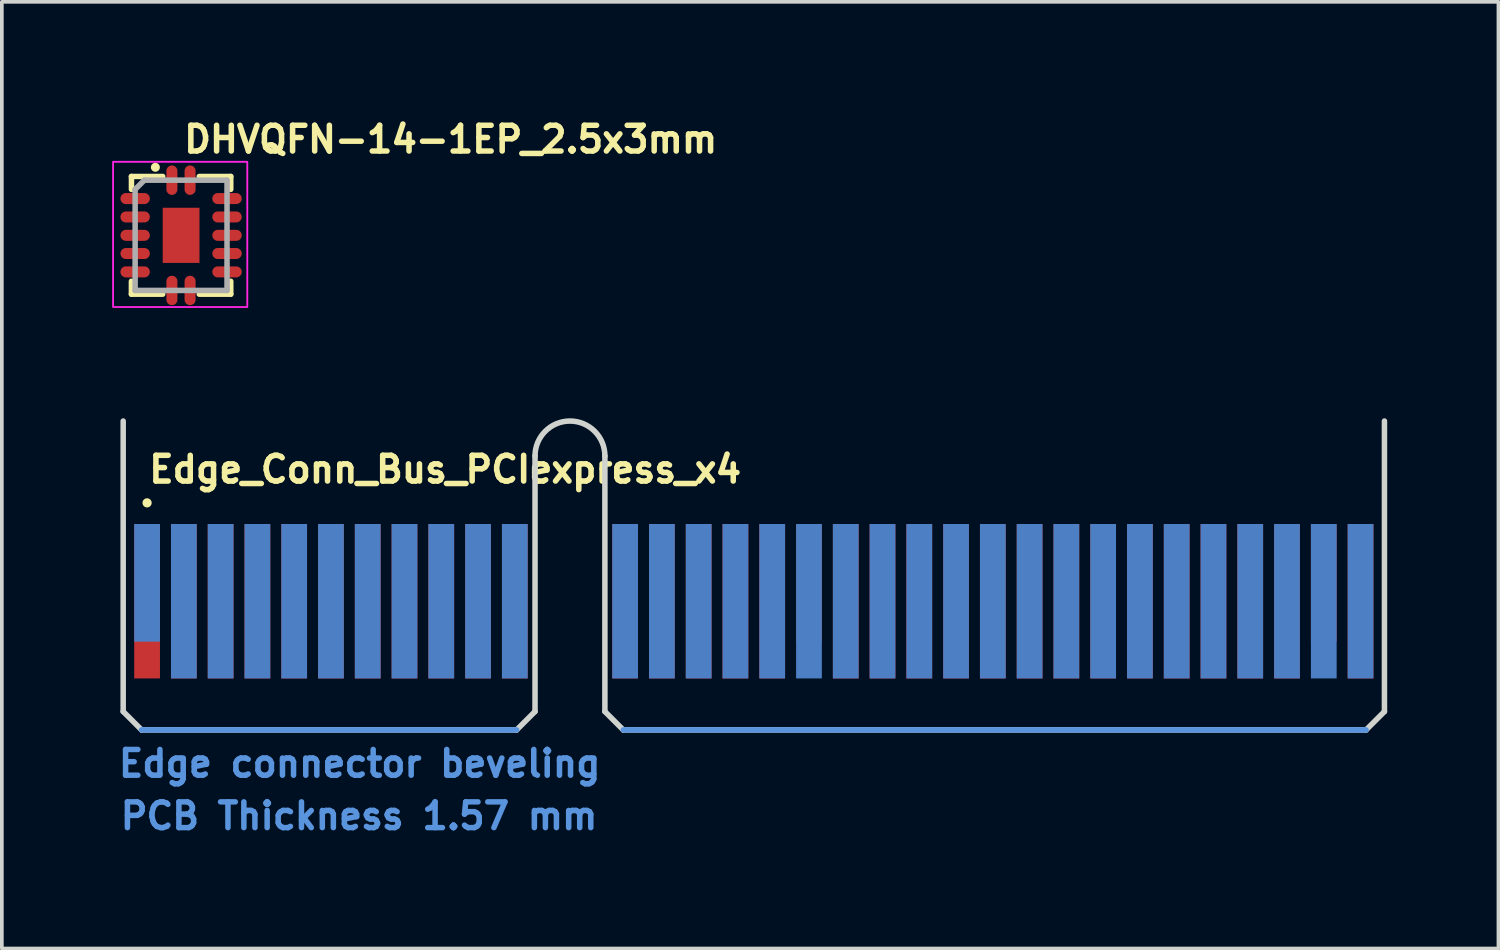
<source format=kicad_pcb>
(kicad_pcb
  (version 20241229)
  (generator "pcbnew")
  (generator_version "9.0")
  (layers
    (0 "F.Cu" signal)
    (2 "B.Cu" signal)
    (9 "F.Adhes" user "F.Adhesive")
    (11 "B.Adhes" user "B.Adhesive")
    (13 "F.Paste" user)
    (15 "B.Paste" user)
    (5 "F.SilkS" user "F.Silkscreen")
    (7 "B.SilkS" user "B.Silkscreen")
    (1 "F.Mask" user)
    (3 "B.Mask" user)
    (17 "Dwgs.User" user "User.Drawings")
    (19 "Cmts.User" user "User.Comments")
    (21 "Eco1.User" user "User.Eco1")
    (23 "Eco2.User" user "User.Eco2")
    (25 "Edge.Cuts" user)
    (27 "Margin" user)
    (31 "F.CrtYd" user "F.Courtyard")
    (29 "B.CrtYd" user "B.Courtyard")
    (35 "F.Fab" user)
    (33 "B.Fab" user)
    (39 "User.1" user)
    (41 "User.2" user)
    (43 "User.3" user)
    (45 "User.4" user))
  (footprint "DHVQFN-14-1EP_2.5x3mm"
    (layer "F.Cu")
    (at 1.875 3.35)
    (property "Reference" "DHVQFN-14-1EP_2.5x3mm" (at 0 -2.2 0) (layer "F.SilkS") (effects (font (size 0.7 0.7) (thickness 0.15)) (justify left bottom)))
    (attr smd)
    (fp_line (start -1.351 -1.601) (end -0.5 -1.601) (stroke (width 0.15) (type solid)) (layer "F.SilkS"))
    (fp_line (start -1.351 1.6) (end -1.351 1.249) (stroke (width 0.15) (type solid)) (layer "F.SilkS"))
    (fp_line (start -1.351 1.6) (end -0.5 1.6) (stroke (width 0.15) (type solid)) (layer "F.SilkS"))
    (fp_line (start -1.35 -1.601) (end -1.35 -1.25) (stroke (width 0.15) (type solid)) (layer "F.SilkS"))
    (fp_line (start 0.494 1.6) (end 1.35 1.6) (stroke (width 0.15) (type solid)) (layer "F.SilkS"))
    (fp_line (start 1.35 -1.601) (end 0.494 -1.601) (stroke (width 0.15) (type solid)) (layer "F.SilkS"))
    (fp_line (start 1.35 -1.601) (end 1.35 -1.25) (stroke (width 0.15) (type solid)) (layer "F.SilkS"))
    (fp_line (start 1.35 1.6) (end 1.35 1.249) (stroke (width 0.15) (type solid)) (layer "F.SilkS"))
    (fp_circle (center -0.7 -1.85) (end -0.653 -1.85) (stroke (width 0.15) (type solid)) (fill yes) (layer "F.SilkS"))
    (fp_rect (start -1.85 -2) (end 1.8 1.95) (stroke (width 0.05) (type solid)) (fill no) (layer "F.CrtYd"))
    (fp_line (start -1.25 -1.25) (end -1 -1.5) (stroke (width 0.15) (type solid)) (layer "F.Fab"))
    (fp_line (start -1.25 1.499) (end -1.25 -1.25) (stroke (width 0.15) (type solid)) (layer "F.Fab"))
    (fp_line (start -1 -1.5) (end 1.249 -1.5) (stroke (width 0.15) (type solid)) (layer "F.Fab"))
    (fp_line (start 1.249 -1.5) (end 1.249 1.499) (stroke (width 0.15) (type solid)) (layer "F.Fab"))
    (fp_line (start 1.249 1.499) (end -1.25 1.499) (stroke (width 0.15) (type solid)) (layer "F.Fab"))
    (fp_rect (start -1.252 -1.502) (end 1.249 1.499) (stroke (width 0.1) (type solid)) (fill no) (layer "User.5"))
    (fp_line (start -1.252 -1.125) (end -1.25 -1.125) (stroke (width 0.02) (type solid)) (layer "User.9"))
    (fp_line (start -1.252 -0.875) (end -1.252 -1.125) (stroke (width 0.02) (type solid)) (layer "User.9"))
    (fp_line (start -1.252 -0.625) (end -1.25 -0.625) (stroke (width 0.02) (type solid)) (layer "User.9"))
    (fp_line (start -1.252 -0.375) (end -1.252 -0.625) (stroke (width 0.02) (type solid)) (layer "User.9"))
    (fp_line (start -1.252 -0.125) (end -1.25 -0.125) (stroke (width 0.02) (type solid)) (layer "User.9"))
    (fp_line (start -1.252 0.123) (end -1.252 -0.125) (stroke (width 0.02) (type solid)) (layer "User.9"))
    (fp_line (start -1.252 0.373) (end -1.25 0.373) (stroke (width 0.02) (type solid)) (layer "User.9"))
    (fp_line (start -1.252 0.623) (end -1.252 0.373) (stroke (width 0.02) (type solid)) (layer "User.9"))
    (fp_line (start -1.252 0.873) (end -1.25 0.873) (stroke (width 0.02) (type solid)) (layer "User.9"))
    (fp_line (start -1.252 1.124) (end -1.252 0.873) (stroke (width 0.02) (type solid)) (layer "User.9"))
    (fp_line (start -1.25 -1.5) (end -1.25 1.499) (stroke (width 0.02) (type solid)) (layer "User.9"))
    (fp_line (start -1.25 -0.875) (end -1.252 -0.875) (stroke (width 0.02) (type solid)) (layer "User.9"))
    (fp_line (start -1.25 -0.375) (end -1.252 -0.375) (stroke (width 0.02) (type solid)) (layer "User.9"))
    (fp_line (start -1.25 0.123) (end -1.252 0.123) (stroke (width 0.02) (type solid)) (layer "User.9"))
    (fp_line (start -1.25 0.623) (end -1.252 0.623) (stroke (width 0.02) (type solid)) (layer "User.9"))
    (fp_line (start -1.25 1.124) (end -1.252 1.124) (stroke (width 0.02) (type solid)) (layer "User.9"))
    (fp_line (start -1.25 1.499) (end 1.249 1.499) (stroke (width 0.02) (type solid)) (layer "User.9"))
    (fp_line (start -0.375 -1.502) (end -0.125 -1.502) (stroke (width 0.02) (type solid)) (layer "User.9"))
    (fp_line (start -0.375 -1.5) (end -0.375 -1.502) (stroke (width 0.02) (type solid)) (layer "User.9"))
    (fp_line (start -0.375 1.499) (end -0.375 1.499) (stroke (width 0.02) (type solid)) (layer "User.9"))
    (fp_line (start -0.125 -1.502) (end -0.125 -1.5) (stroke (width 0.02) (type solid)) (layer "User.9"))
    (fp_line (start -0.125 1.499) (end -0.375 1.499) (stroke (width 0.02) (type solid)) (layer "User.9"))
    (fp_line (start -0.125 1.499) (end -0.125 1.499) (stroke (width 0.02) (type solid)) (layer "User.9"))
    (fp_line (start 0.123 -1.502) (end 0.373 -1.502) (stroke (width 0.02) (type solid)) (layer "User.9"))
    (fp_line (start 0.123 -1.5) (end 0.123 -1.502) (stroke (width 0.02) (type solid)) (layer "User.9"))
    (fp_line (start 0.123 1.499) (end 0.123 1.499) (stroke (width 0.02) (type solid)) (layer "User.9"))
    (fp_line (start 0.373 -1.502) (end 0.373 -1.5) (stroke (width 0.02) (type solid)) (layer "User.9"))
    (fp_line (start 0.373 1.499) (end 0.123 1.499) (stroke (width 0.02) (type solid)) (layer "User.9"))
    (fp_line (start 0.373 1.499) (end 0.373 1.499) (stroke (width 0.02) (type solid)) (layer "User.9"))
    (fp_line (start 1.249 -1.5) (end -1.25 -1.5) (stroke (width 0.02) (type solid)) (layer "User.9"))
    (fp_line (start 1.249 -1.125) (end 1.249 -1.125) (stroke (width 0.02) (type solid)) (layer "User.9"))
    (fp_line (start 1.249 -1.125) (end 1.249 -0.875) (stroke (width 0.02) (type solid)) (layer "User.9"))
    (fp_line (start 1.249 -0.875) (end 1.249 -0.875) (stroke (width 0.02) (type solid)) (layer "User.9"))
    (fp_line (start 1.249 -0.625) (end 1.249 -0.625) (stroke (width 0.02) (type solid)) (layer "User.9"))
    (fp_line (start 1.249 -0.625) (end 1.249 -0.375) (stroke (width 0.02) (type solid)) (layer "User.9"))
    (fp_line (start 1.249 -0.375) (end 1.249 -0.375) (stroke (width 0.02) (type solid)) (layer "User.9"))
    (fp_line (start 1.249 -0.125) (end 1.249 -0.125) (stroke (width 0.02) (type solid)) (layer "User.9"))
    (fp_line (start 1.249 -0.125) (end 1.249 0.123) (stroke (width 0.02) (type solid)) (layer "User.9"))
    (fp_line (start 1.249 0.123) (end 1.249 0.123) (stroke (width 0.02) (type solid)) (layer "User.9"))
    (fp_line (start 1.249 0.373) (end 1.249 0.373) (stroke (width 0.02) (type solid)) (layer "User.9"))
    (fp_line (start 1.249 0.373) (end 1.249 0.623) (stroke (width 0.02) (type solid)) (layer "User.9"))
    (fp_line (start 1.249 0.623) (end 1.249 0.623) (stroke (width 0.02) (type solid)) (layer "User.9"))
    (fp_line (start 1.249 0.873) (end 1.249 0.873) (stroke (width 0.02) (type solid)) (layer "User.9"))
    (fp_line (start 1.249 0.873) (end 1.249 1.124) (stroke (width 0.02) (type solid)) (layer "User.9"))
    (fp_line (start 1.249 1.124) (end 1.249 1.124) (stroke (width 0.02) (type solid)) (layer "User.9"))
    (fp_line (start 1.249 1.499) (end 1.249 -1.5) (stroke (width 0.02) (type solid)) (layer "User.9"))
    (fp_circle (center -1 -1.25) (end -0.9 -1.25) (stroke (width 0.02) (type solid)) (fill no) (layer "User.9"))
    (pad "1" smd oval (at -0.25 -1.5) (size 0.3 0.8) (layers "F.Cu" "F.Mask" "F.Paste"))
    (pad "2" smd oval (at -1.25 -1 90) (size 0.3 0.8) (layers "F.Cu" "F.Mask" "F.Paste"))
    (pad "3" smd oval (at -1.25 -0.5 90) (size 0.3 0.8) (layers "F.Cu" "F.Mask" "F.Paste"))
    (pad "4" smd oval (at -1.25 0 90) (size 0.3 0.8) (layers "F.Cu" "F.Mask" "F.Paste"))
    (pad "5" smd oval (at -1.25 0.494 90) (size 0.3 0.8) (layers "F.Cu" "F.Mask" "F.Paste"))
    (pad "6" smd oval (at -1.25 0.994 90) (size 0.3 0.8) (layers "F.Cu" "F.Mask" "F.Paste"))
    (pad "7" smd oval (at -0.25 1.499) (size 0.3 0.8) (layers "F.Cu" "F.Mask" "F.Paste"))
    (pad "8" smd oval (at 0.244 1.499) (size 0.3 0.8) (layers "F.Cu" "F.Mask" "F.Paste"))
    (pad "9" smd oval (at 1.249 0.994 90) (size 0.3 0.8) (layers "F.Cu" "F.Mask" "F.Paste"))
    (pad "10" smd oval (at 1.249 0.494 90) (size 0.3 0.8) (layers "F.Cu" "F.Mask" "F.Paste"))
    (pad "11" smd oval (at 1.249 0 90) (size 0.3 0.8) (layers "F.Cu" "F.Mask" "F.Paste"))
    (pad "12" smd oval (at 1.249 -0.5 90) (size 0.3 0.8) (layers "F.Cu" "F.Mask" "F.Paste"))
    (pad "13" smd oval (at 1.249 -1 90) (size 0.3 0.8) (layers "F.Cu" "F.Mask" "F.Paste"))
    (pad "14" smd oval (at 0.244 -1.5) (size 0.3 0.8) (layers "F.Cu" "F.Mask" "F.Paste"))
    (pad "15" smd rect (at 0 0) (size 1 1.5) (layers "F.Cu" "F.Mask" "F.Paste")))
  (footprint "Edge_Conn_Bus_PCIexpress_x4"
    (layer "F.Cu")
    (at 0.95 13.3)
    (property "Reference" "Edge_Conn_Bus_PCIexpress_x4" (at -0.025 -3.175 0) (layer "F.SilkS") (effects (font (size 0.7 0.7) (thickness 0.15)) (justify left bottom)))
    (attr exclude_from_pos_files exclude_from_bom)
    (fp_poly (pts (xy -0.85 -2) (xy 33.65 -2) (xy 33.65 3.5) (xy -0.85 3.5)) (stroke (width 0.2) (type solid)) (fill yes) (layer "F.Mask"))
    (fp_poly (pts (xy -0.85 -2) (xy 33.65 -2) (xy 33.65 3.5) (xy -0.85 3.5)) (stroke (width 0.2) (type solid)) (fill yes) (layer "B.Mask"))
    (fp_circle (center 0 -2.675) (end 0.05 -2.675) (stroke (width 0.15) (type solid)) (fill yes) (layer "F.SilkS"))
    (fp_line (start -0.15 3.5) (end 10.05 3.5) (stroke (width 0.15) (type solid)) (layer "Cmts.User"))
    (fp_line (start 12.95 3.5) (end 33.15 3.5) (stroke (width 0.15) (type solid)) (layer "Cmts.User"))
    (fp_line (start -0.65 -4.9) (end -0.65 3) (stroke (width 0.15) (type solid)) (layer "Edge.Cuts"))
    (fp_line (start -0.65 3) (end -0.15 3.5) (stroke (width 0.15) (type solid)) (layer "Edge.Cuts"))
    (fp_line (start -0.15 3.5) (end 10.05 3.5) (stroke (width 0.15) (type solid)) (layer "Edge.Cuts"))
    (fp_line (start 10.55 -3.95) (end 10.55 3) (stroke (width 0.15) (type solid)) (layer "Edge.Cuts"))
    (fp_line (start 10.55 3) (end 10.05 3.5) (stroke (width 0.15) (type solid)) (layer "Edge.Cuts"))
    (fp_line (start 12.45 -3.95) (end 12.45 3) (stroke (width 0.15) (type solid)) (layer "Edge.Cuts"))
    (fp_line (start 12.45 3) (end 12.95 3.5) (stroke (width 0.15) (type solid)) (layer "Edge.Cuts"))
    (fp_line (start 12.95 3.5) (end 33.15 3.5) (stroke (width 0.15) (type solid)) (layer "Edge.Cuts"))
    (fp_line (start 33.65 -4.9) (end 33.65 3) (stroke (width 0.15) (type solid)) (layer "Edge.Cuts"))
    (fp_line (start 33.65 3) (end 33.15 3.5) (stroke (width 0.15) (type solid)) (layer "Edge.Cuts"))
    (fp_arc (start 10.55 -3.95) (mid 11.5 -4.9) (end 12.45 -3.95) (stroke (width 0.15) (type solid)) (layer "Edge.Cuts"))
    (fp_text user "PCB Thickness 1.57 mm" (at -0.8 6.25 180) (layer "Cmts.User") (effects (font (size 0.7 0.7) (thickness 0.15)) (justify left bottom)))
    (fp_text user "Edge connector beveling" (at -0.85 4.825 180) (layer "Cmts.User") (effects (font (size 0.7 0.7) (thickness 0.15)) (justify left bottom)))
    (pad "A1" connect rect (at 0 -0.5) (size 0.7 3.2) (layers "B.Cu" "B.Mask"))
    (pad "A2" connect rect (at 1 0) (size 0.7 4.2) (layers "B.Cu" "B.Mask"))
    (pad "A3" connect rect (at 2 0) (size 0.7 4.2) (layers "B.Cu" "B.Mask"))
    (pad "A4" connect rect (at 3 0) (size 0.7 4.2) (layers "B.Cu" "B.Mask"))
    (pad "A5" connect rect (at 4 0) (size 0.7 4.2) (layers "B.Cu" "B.Mask"))
    (pad "A6" connect rect (at 5 0) (size 0.7 4.2) (layers "B.Cu" "B.Mask"))
    (pad "A7" connect rect (at 6 0) (size 0.7 4.2) (layers "B.Cu" "B.Mask"))
    (pad "A8" connect rect (at 7 0) (size 0.7 4.2) (layers "B.Cu" "B.Mask"))
    (pad "A9" connect rect (at 8 0) (size 0.7 4.2) (layers "B.Cu" "B.Mask"))
    (pad "A10" connect rect (at 9 0) (size 0.7 4.2) (layers "B.Cu" "B.Mask"))
    (pad "A11" connect rect (at 10 0) (size 0.7 4.2) (layers "B.Cu" "B.Mask"))
    (pad "A12" connect rect (at 13 0) (size 0.7 4.2) (layers "B.Cu" "B.Mask"))
    (pad "A13" connect rect (at 14 0) (size 0.7 4.2) (layers "B.Cu" "B.Mask"))
    (pad "A14" connect rect (at 15 0) (size 0.7 4.2) (layers "B.Cu" "B.Mask"))
    (pad "A15" connect rect (at 16 0) (size 0.7 4.2) (layers "B.Cu" "B.Mask"))
    (pad "A16" connect rect (at 17 0) (size 0.7 4.2) (layers "B.Cu" "B.Mask"))
    (pad "A17" connect rect (at 18 0) (size 0.7 4.2) (layers "B.Cu" "B.Mask"))
    (pad "A18" connect rect (at 19 0) (size 0.7 4.2) (layers "B.Cu" "B.Mask"))
    (pad "A19" connect rect (at 20 0) (size 0.7 4.2) (layers "B.Cu" "B.Mask"))
    (pad "A20" connect rect (at 21 0) (size 0.7 4.2) (layers "B.Cu" "B.Mask"))
    (pad "A21" connect rect (at 22 0) (size 0.7 4.2) (layers "B.Cu" "B.Mask"))
    (pad "A22" connect rect (at 23 0) (size 0.7 4.2) (layers "B.Cu" "B.Mask"))
    (pad "A23" connect rect (at 24 0) (size 0.7 4.2) (layers "B.Cu" "B.Mask"))
    (pad "A24" connect rect (at 25 0) (size 0.7 4.2) (layers "B.Cu" "B.Mask"))
    (pad "A25" connect rect (at 26 0) (size 0.7 4.2) (layers "B.Cu" "B.Mask"))
    (pad "A26" connect rect (at 27 0) (size 0.7 4.2) (layers "B.Cu" "B.Mask"))
    (pad "A27" connect rect (at 28 0) (size 0.7 4.2) (layers "B.Cu" "B.Mask"))
    (pad "A28" connect rect (at 29 0) (size 0.7 4.2) (layers "B.Cu" "B.Mask"))
    (pad "A29" connect rect (at 30 0) (size 0.7 4.2) (layers "B.Cu" "B.Mask"))
    (pad "A30" connect rect (at 31 0) (size 0.7 4.2) (layers "B.Cu" "B.Mask"))
    (pad "A31" connect rect (at 32 0) (size 0.7 4.2) (layers "B.Cu" "B.Mask"))
    (pad "A32" connect rect (at 33 0) (size 0.7 4.2) (layers "B.Cu" "B.Mask"))
    (pad "B1" connect rect (at 0 0) (size 0.7 4.2) (layers "F.Cu" "F.Mask"))
    (pad "B2" connect rect (at 1 0) (size 0.7 4.2) (layers "F.Cu" "F.Mask"))
    (pad "B3" connect rect (at 2 0) (size 0.7 4.2) (layers "F.Cu" "F.Mask"))
    (pad "B4" connect rect (at 3 0) (size 0.7 4.2) (layers "F.Cu" "F.Mask"))
    (pad "B5" connect rect (at 4 0) (size 0.7 4.2) (layers "F.Cu" "F.Mask"))
    (pad "B6" connect rect (at 5 0) (size 0.7 4.2) (layers "F.Cu" "F.Mask"))
    (pad "B7" connect rect (at 6 0) (size 0.7 4.2) (layers "F.Cu" "F.Mask"))
    (pad "B8" connect rect (at 7 0) (size 0.7 4.2) (layers "F.Cu" "F.Mask"))
    (pad "B9" connect rect (at 8 0) (size 0.7 4.2) (layers "F.Cu" "F.Mask"))
    (pad "B10" connect rect (at 9 0) (size 0.7 4.2) (layers "F.Cu" "F.Mask"))
    (pad "B11" connect rect (at 10 0) (size 0.7 4.2) (layers "F.Cu" "F.Mask"))
    (pad "B12" connect rect (at 13 0) (size 0.7 4.2) (layers "F.Cu" "F.Mask"))
    (pad "B13" connect rect (at 14 0) (size 0.7 4.2) (layers "F.Cu" "F.Mask"))
    (pad "B14" connect rect (at 15 0) (size 0.7 4.2) (layers "F.Cu" "F.Mask"))
    (pad "B15" connect rect (at 16 0) (size 0.7 4.2) (layers "F.Cu" "F.Mask"))
    (pad "B16" connect rect (at 17 0) (size 0.7 4.2) (layers "F.Cu" "F.Mask"))
    (pad "B17" connect rect (at 18 -0.5) (size 0.7 3.2) (layers "F.Cu" "F.Mask"))
    (pad "B18" connect rect (at 19 0) (size 0.7 4.2) (layers "F.Cu" "F.Mask"))
    (pad "B19" connect rect (at 20 0) (size 0.7 4.2) (layers "F.Cu" "F.Mask"))
    (pad "B20" connect rect (at 21 0) (size 0.7 4.2) (layers "F.Cu" "F.Mask"))
    (pad "B21" connect rect (at 22 0) (size 0.7 4.2) (layers "F.Cu" "F.Mask"))
    (pad "B22" connect rect (at 23 0) (size 0.7 4.2) (layers "F.Cu" "F.Mask"))
    (pad "B23" connect rect (at 24 0) (size 0.7 4.2) (layers "F.Cu" "F.Mask"))
    (pad "B24" connect rect (at 25 0) (size 0.7 4.2) (layers "F.Cu" "F.Mask"))
    (pad "B25" connect rect (at 26 0) (size 0.7 4.2) (layers "F.Cu" "F.Mask"))
    (pad "B26" connect rect (at 27 0) (size 0.7 4.2) (layers "F.Cu" "F.Mask"))
    (pad "B27" connect rect (at 28 0) (size 0.7 4.2) (layers "F.Cu" "F.Mask"))
    (pad "B28" connect rect (at 29 0) (size 0.7 4.2) (layers "F.Cu" "F.Mask"))
    (pad "B29" connect rect (at 30 0) (size 0.7 4.2) (layers "F.Cu" "F.Mask"))
    (pad "B30" connect rect (at 31 0) (size 0.7 4.2) (layers "F.Cu" "F.Mask"))
    (pad "B31" connect rect (at 32 -0.5) (size 0.7 3.2) (layers "F.Cu" "F.Mask"))
    (pad "B32" connect rect (at 33 0) (size 0.7 4.2) (layers "F.Cu" "F.Mask")))
  (gr_rect
    (start -3 -3)
    (end 37.7 22.745)
    (stroke (width 0.1) (type default))
    (fill no)
    (layer "Edge.Cuts")))
</source>
